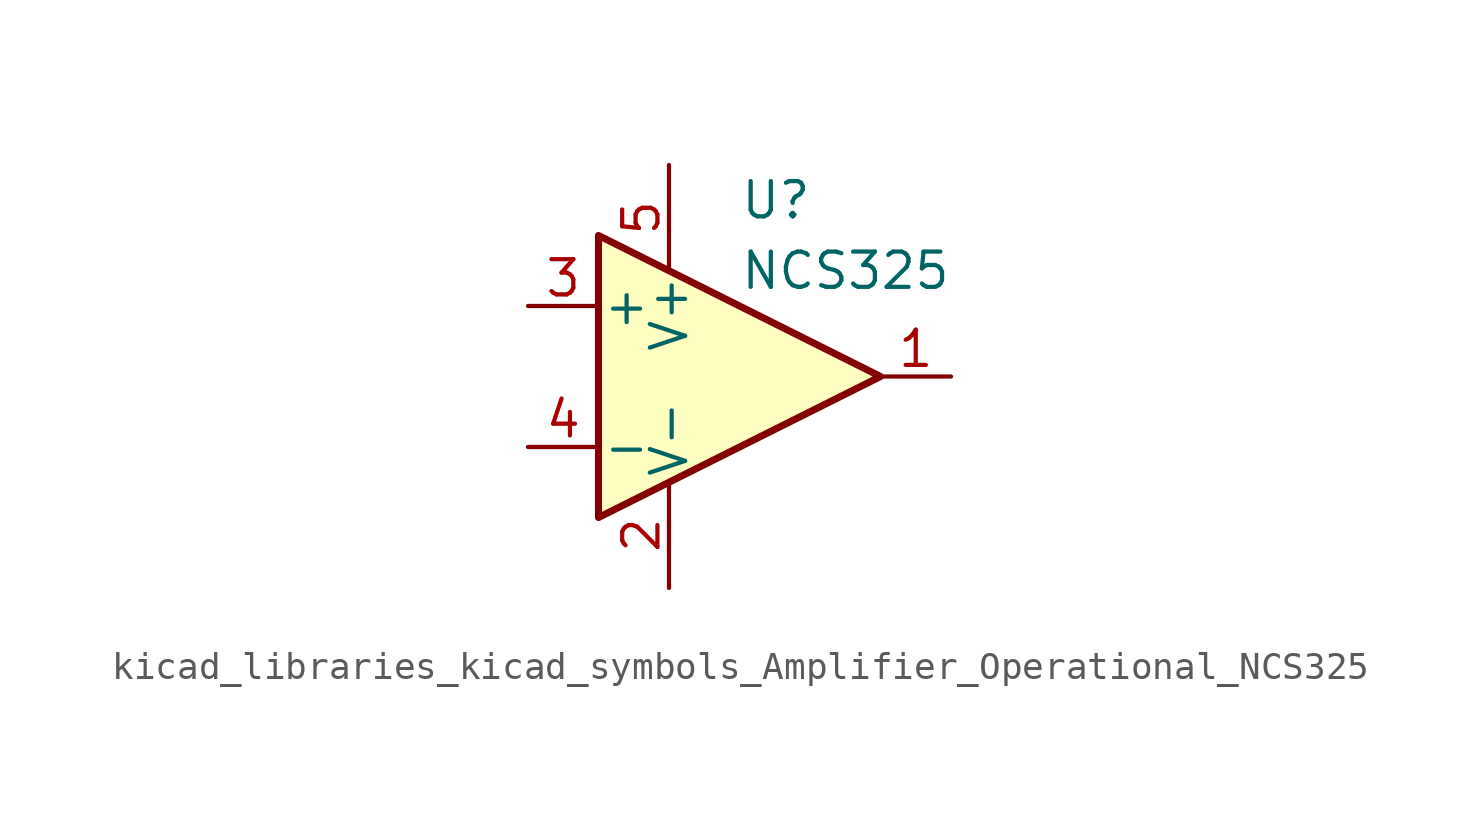
<source format=kicad_sym>
(kicad_symbol_lib
  (version 20220914)
  (generator kicad_symbol_editor)
  (symbol "kicad_libraries_kicad_symbols_Amplifier_Operational_NCS325"
    (pin_names
      (offset 0.127))
    (property "Reference" "U"
      (at 0 6.35 0)
      (effects (font (size 1.27 1.27)) (justify left)))
    (property "Value" "NCS325"
      (at 0 3.81 0)
      (effects (font (size 1.27 1.27)) (justify left)))
    (symbol "kicad_libraries_kicad_symbols_Amplifier_Operational_NCS325_0_1"
      (polyline (pts (xy -5.08 5.08) (xy 5.08 0) (xy -5.08 -5.08) (xy -5.08 5.08)) (stroke (width 0.254) (type default)) (fill (type background))))
    (symbol "kicad_libraries_kicad_symbols_Amplifier_Operational_NCS325_1_1"
      (pin output line (at 7.62 0 180) (length 2.54) (name "~" (effects (font (size 1.27 1.27)))) (number "1" (effects (font (size 1.27 1.27)))))
      (pin power_in line (at -2.54 -7.62 90) (length 3.81) (name "V-" (effects (font (size 1.27 1.27)))) (number "2" (effects (font (size 1.27 1.27)))))
      (pin input line (at -7.62 2.54 0) (length 2.54) (name "+" (effects (font (size 1.27 1.27)))) (number "3" (effects (font (size 1.27 1.27)))))
      (pin input line (at -7.62 -2.54 0) (length 2.54) (name "-" (effects (font (size 1.27 1.27)))) (number "4" (effects (font (size 1.27 1.27)))))
      (pin power_in line (at -2.54 7.62 270) (length 3.81) (name "V+" (effects (font (size 1.27 1.27)))) (number "5" (effects (font (size 1.27 1.27))))))))
</source>
